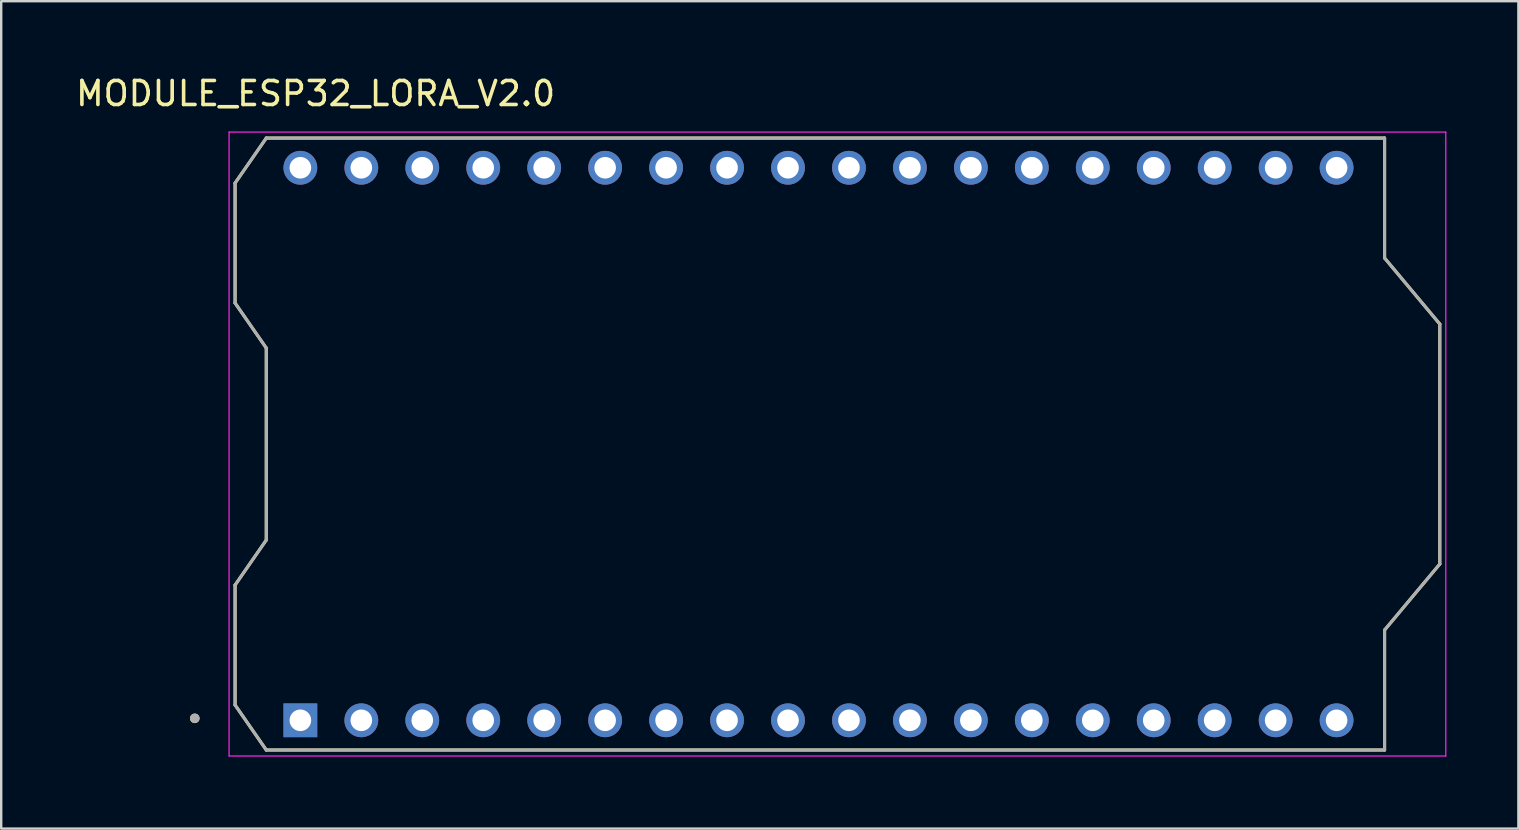
<source format=kicad_pcb>
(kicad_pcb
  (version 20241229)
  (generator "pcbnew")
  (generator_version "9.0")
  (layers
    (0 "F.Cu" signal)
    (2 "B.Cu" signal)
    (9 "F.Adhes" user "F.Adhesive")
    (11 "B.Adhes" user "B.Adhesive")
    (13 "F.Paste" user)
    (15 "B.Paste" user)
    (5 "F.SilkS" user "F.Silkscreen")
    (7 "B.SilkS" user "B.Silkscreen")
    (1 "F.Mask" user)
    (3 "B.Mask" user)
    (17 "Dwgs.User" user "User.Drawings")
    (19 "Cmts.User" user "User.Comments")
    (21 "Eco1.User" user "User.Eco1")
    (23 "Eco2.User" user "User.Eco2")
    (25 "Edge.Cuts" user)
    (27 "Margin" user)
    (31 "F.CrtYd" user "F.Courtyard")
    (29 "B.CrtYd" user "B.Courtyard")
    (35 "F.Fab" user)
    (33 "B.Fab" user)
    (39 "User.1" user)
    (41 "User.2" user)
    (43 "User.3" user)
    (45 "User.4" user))
  (footprint "MODULE_ESP32_LORA_V2.0"
    (layer "F.Cu")
    (at 31.846 15.453)
    (property "Reference" "MODULE_ESP32_LORA_V2.0" (at -21.745 -14.605 0) (layer "F.SilkS") (effects (font (size 1 1) (thickness 0.15))))
    (attr through_hole)
    (fp_line (start -25.1 -10.875) (end -25.1 -5.875) (stroke (width 0.127) (type solid)) (layer "F.SilkS"))
    (fp_line (start -25.1 -10.875) (end -23.8 -12.75) (stroke (width 0.127) (type solid)) (layer "F.SilkS"))
    (fp_line (start -25.1 -5.875) (end -23.8 -4) (stroke (width 0.127) (type solid)) (layer "F.SilkS"))
    (fp_line (start -25.1 5.875) (end -23.8 4) (stroke (width 0.127) (type solid)) (layer "F.SilkS"))
    (fp_line (start -25.1 10.875) (end -25.1 5.875) (stroke (width 0.127) (type solid)) (layer "F.SilkS"))
    (fp_line (start -25.1 10.875) (end -23.8 12.75) (stroke (width 0.127) (type solid)) (layer "F.SilkS"))
    (fp_line (start -23.8 -12.75) (end 22.8 -12.75) (stroke (width 0.127) (type solid)) (layer "F.SilkS"))
    (fp_line (start -23.8 4) (end -23.8 -4) (stroke (width 0.127) (type solid)) (layer "F.SilkS"))
    (fp_line (start 22.8 -12.75) (end 22.8 -7.75) (stroke (width 0.127) (type solid)) (layer "F.SilkS"))
    (fp_line (start 22.8 -7.75) (end 25.1 -5) (stroke (width 0.127) (type solid)) (layer "F.SilkS"))
    (fp_line (start 22.8 7.75) (end 22.8 12.75) (stroke (width 0.127) (type solid)) (layer "F.SilkS"))
    (fp_line (start 22.8 7.75) (end 25.1 5) (stroke (width 0.127) (type solid)) (layer "F.SilkS"))
    (fp_line (start 22.8 12.75) (end -23.8 12.75) (stroke (width 0.127) (type solid)) (layer "F.SilkS"))
    (fp_line (start 25.1 -5) (end 25.1 5) (stroke (width 0.127) (type solid)) (layer "F.SilkS"))
    (fp_circle (center -26.78 11.43) (end -26.68 11.43) (stroke (width 0.2) (type solid)) (fill no) (layer "F.SilkS"))
    (fp_line (start -25.35 -13) (end -25.35 13) (stroke (width 0.05) (type solid)) (layer "F.CrtYd"))
    (fp_line (start -25.35 13) (end 25.35 13) (stroke (width 0.05) (type solid)) (layer "F.CrtYd"))
    (fp_line (start 25.35 -13) (end -25.35 -13) (stroke (width 0.05) (type solid)) (layer "F.CrtYd"))
    (fp_line (start 25.35 13) (end 25.35 -13) (stroke (width 0.05) (type solid)) (layer "F.CrtYd"))
    (fp_line (start -25.1 -10.875) (end -25.1 -5.875) (stroke (width 0.127) (type solid)) (layer "F.Fab"))
    (fp_line (start -25.1 -10.875) (end -23.8 -12.75) (stroke (width 0.127) (type solid)) (layer "F.Fab"))
    (fp_line (start -25.1 -5.875) (end -23.8 -4) (stroke (width 0.127) (type solid)) (layer "F.Fab"))
    (fp_line (start -25.1 5.875) (end -23.8 4) (stroke (width 0.127) (type solid)) (layer "F.Fab"))
    (fp_line (start -25.1 10.875) (end -25.1 5.875) (stroke (width 0.127) (type solid)) (layer "F.Fab"))
    (fp_line (start -25.1 10.875) (end -23.8 12.75) (stroke (width 0.127) (type solid)) (layer "F.Fab"))
    (fp_line (start -23.8 -12.75) (end 22.8 -12.75) (stroke (width 0.127) (type solid)) (layer "F.Fab"))
    (fp_line (start -23.8 4) (end -23.8 -4) (stroke (width 0.127) (type solid)) (layer "F.Fab"))
    (fp_line (start 22.8 -12.75) (end 22.8 -7.75) (stroke (width 0.127) (type solid)) (layer "F.Fab"))
    (fp_line (start 22.8 -7.75) (end 25.1 -5) (stroke (width 0.127) (type solid)) (layer "F.Fab"))
    (fp_line (start 22.8 7.75) (end 22.8 12.75) (stroke (width 0.127) (type solid)) (layer "F.Fab"))
    (fp_line (start 22.8 7.75) (end 25.1 5) (stroke (width 0.127) (type solid)) (layer "F.Fab"))
    (fp_line (start 22.8 12.75) (end -23.8 12.75) (stroke (width 0.127) (type solid)) (layer "F.Fab"))
    (fp_line (start 25.1 -5) (end 25.1 5) (stroke (width 0.127) (type solid)) (layer "F.Fab"))
    (fp_circle (center -26.78 11.43) (end -26.68 11.43) (stroke (width 0.2) (type solid)) (fill no) (layer "F.Fab"))
    (pad "J2_1" thru_hole rect (at -22.38 11.512) (size 1.408 1.408) (drill 0.9) (layers "*.Cu" "*.Mask"))
    (pad "J2_2" thru_hole circle (at -19.84 11.512) (size 1.408 1.408) (drill 0.9) (layers "*.Cu" "*.Mask"))
    (pad "J2_3" thru_hole circle (at -17.3 11.512) (size 1.408 1.408) (drill 0.9) (layers "*.Cu" "*.Mask"))
    (pad "J2_4" thru_hole circle (at -14.76 11.512) (size 1.408 1.408) (drill 0.9) (layers "*.Cu" "*.Mask"))
    (pad "J2_5" thru_hole circle (at -12.22 11.512) (size 1.408 1.408) (drill 0.9) (layers "*.Cu" "*.Mask"))
    (pad "J2_6" thru_hole circle (at -9.68 11.512) (size 1.408 1.408) (drill 0.9) (layers "*.Cu" "*.Mask"))
    (pad "J2_7" thru_hole circle (at -7.14 11.512) (size 1.408 1.408) (drill 0.9) (layers "*.Cu" "*.Mask"))
    (pad "J2_8" thru_hole circle (at -4.6 11.512) (size 1.408 1.408) (drill 0.9) (layers "*.Cu" "*.Mask"))
    (pad "J2_9" thru_hole circle (at -2.06 11.512) (size 1.408 1.408) (drill 0.9) (layers "*.Cu" "*.Mask"))
    (pad "J2_10" thru_hole circle (at 0.48 11.512) (size 1.408 1.408) (drill 0.9) (layers "*.Cu" "*.Mask"))
    (pad "J2_11" thru_hole circle (at 3.02 11.512) (size 1.408 1.408) (drill 0.9) (layers "*.Cu" "*.Mask"))
    (pad "J2_12" thru_hole circle (at 5.56 11.512) (size 1.408 1.408) (drill 0.9) (layers "*.Cu" "*.Mask"))
    (pad "J2_13" thru_hole circle (at 8.1 11.512) (size 1.408 1.408) (drill 0.9) (layers "*.Cu" "*.Mask"))
    (pad "J2_14" thru_hole circle (at 10.64 11.512) (size 1.408 1.408) (drill 0.9) (layers "*.Cu" "*.Mask"))
    (pad "J2_15" thru_hole circle (at 13.18 11.512) (size 1.408 1.408) (drill 0.9) (layers "*.Cu" "*.Mask"))
    (pad "J2_16" thru_hole circle (at 15.72 11.512) (size 1.408 1.408) (drill 0.9) (layers "*.Cu" "*.Mask"))
    (pad "J2_17" thru_hole circle (at 18.26 11.512) (size 1.408 1.408) (drill 0.9) (layers "*.Cu" "*.Mask"))
    (pad "J2_18" thru_hole circle (at 20.8 11.512) (size 1.408 1.408) (drill 0.9) (layers "*.Cu" "*.Mask"))
    (pad "J3_1" thru_hole circle (at -22.38 -11.512) (size 1.408 1.408) (drill 0.9) (layers "*.Cu" "*.Mask"))
    (pad "J3_2" thru_hole circle (at -19.84 -11.512) (size 1.408 1.408) (drill 0.9) (layers "*.Cu" "*.Mask"))
    (pad "J3_3" thru_hole circle (at -17.3 -11.512) (size 1.408 1.408) (drill 0.9) (layers "*.Cu" "*.Mask"))
    (pad "J3_4" thru_hole circle (at -14.76 -11.512) (size 1.408 1.408) (drill 0.9) (layers "*.Cu" "*.Mask"))
    (pad "J3_5" thru_hole circle (at -12.22 -11.512) (size 1.408 1.408) (drill 0.9) (layers "*.Cu" "*.Mask"))
    (pad "J3_6" thru_hole circle (at -9.68 -11.512) (size 1.408 1.408) (drill 0.9) (layers "*.Cu" "*.Mask"))
    (pad "J3_7" thru_hole circle (at -7.14 -11.512) (size 1.408 1.408) (drill 0.9) (layers "*.Cu" "*.Mask"))
    (pad "J3_8" thru_hole circle (at -4.6 -11.512) (size 1.408 1.408) (drill 0.9) (layers "*.Cu" "*.Mask"))
    (pad "J3_9" thru_hole circle (at -2.06 -11.512) (size 1.408 1.408) (drill 0.9) (layers "*.Cu" "*.Mask"))
    (pad "J3_10" thru_hole circle (at 0.48 -11.512) (size 1.408 1.408) (drill 0.9) (layers "*.Cu" "*.Mask"))
    (pad "J3_11" thru_hole circle (at 3.02 -11.512) (size 1.408 1.408) (drill 0.9) (layers "*.Cu" "*.Mask"))
    (pad "J3_12" thru_hole circle (at 5.56 -11.512) (size 1.408 1.408) (drill 0.9) (layers "*.Cu" "*.Mask"))
    (pad "J3_13" thru_hole circle (at 8.1 -11.512) (size 1.408 1.408) (drill 0.9) (layers "*.Cu" "*.Mask"))
    (pad "J3_14" thru_hole circle (at 10.64 -11.512) (size 1.408 1.408) (drill 0.9) (layers "*.Cu" "*.Mask"))
    (pad "J3_15" thru_hole circle (at 13.18 -11.512) (size 1.408 1.408) (drill 0.9) (layers "*.Cu" "*.Mask"))
    (pad "J3_16" thru_hole circle (at 15.72 -11.512) (size 1.408 1.408) (drill 0.9) (layers "*.Cu" "*.Mask"))
    (pad "J3_17" thru_hole circle (at 18.26 -11.512) (size 1.408 1.408) (drill 0.9) (layers "*.Cu" "*.Mask"))
    (pad "J3_18" thru_hole circle (at 20.8 -11.512) (size 1.408 1.408) (drill 0.9) (layers "*.Cu" "*.Mask")))
  (gr_rect
    (start -3 -3)
    (end 60.221 31.478)
    (stroke (width 0.1) (type default))
    (fill no)
    (layer "Edge.Cuts")))
</source>
